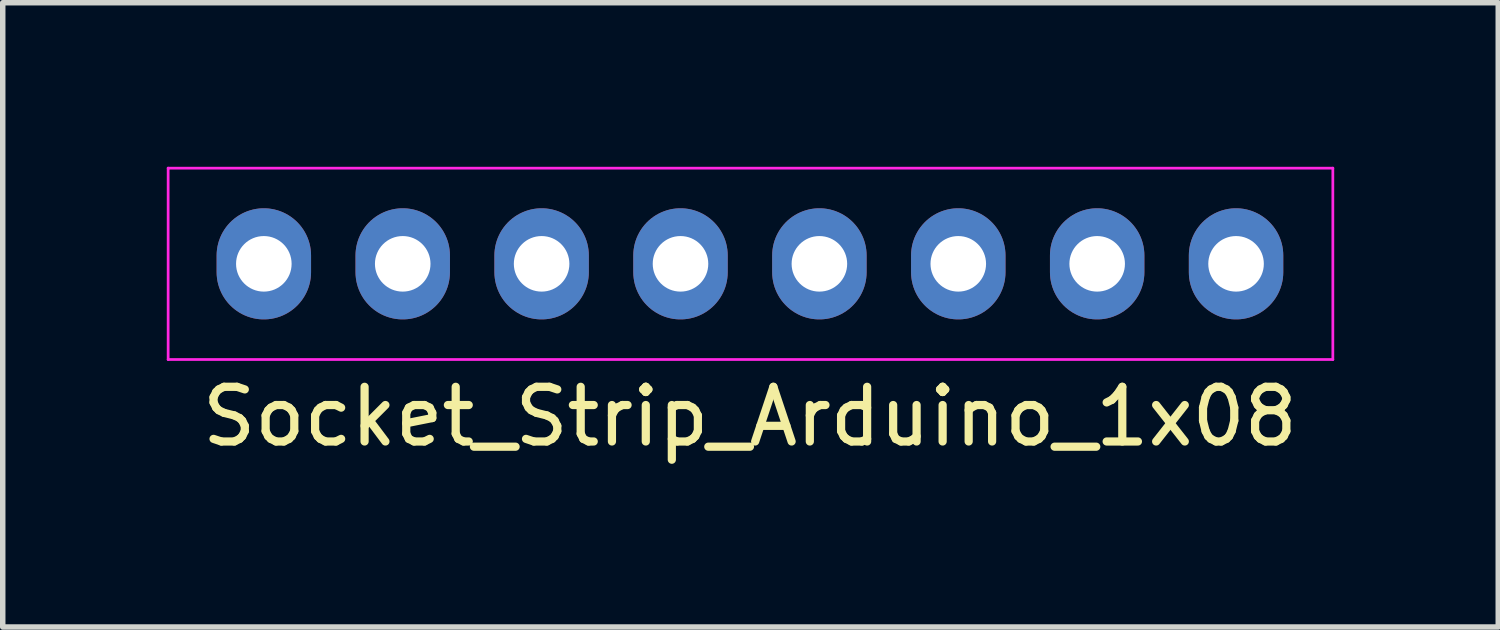
<source format=kicad_pcb>
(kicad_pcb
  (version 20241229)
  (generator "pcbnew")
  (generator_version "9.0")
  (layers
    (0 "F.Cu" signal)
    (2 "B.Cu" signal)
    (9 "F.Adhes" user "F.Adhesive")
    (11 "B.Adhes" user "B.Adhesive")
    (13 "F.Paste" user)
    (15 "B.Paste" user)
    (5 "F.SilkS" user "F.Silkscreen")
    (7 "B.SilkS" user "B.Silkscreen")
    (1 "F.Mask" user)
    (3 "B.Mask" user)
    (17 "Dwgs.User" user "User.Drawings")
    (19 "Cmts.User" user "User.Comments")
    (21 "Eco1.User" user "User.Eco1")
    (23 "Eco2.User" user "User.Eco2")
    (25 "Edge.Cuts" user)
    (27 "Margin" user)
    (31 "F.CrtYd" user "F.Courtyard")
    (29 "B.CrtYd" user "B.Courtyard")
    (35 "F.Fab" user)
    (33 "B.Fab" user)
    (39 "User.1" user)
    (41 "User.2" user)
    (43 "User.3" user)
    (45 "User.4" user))
  (footprint "Socket_Strip_Arduino_1x08"
    (layer "F.Cu")
    (at 1.775 1.775)
    (property "Reference" "Socket_Strip_Arduino_1x08" (at 8.89 2.794 0) (layer "F.SilkS") (effects (font (size 1 1) (thickness 0.15))))
    (attr through_hole)
    (fp_line (start -1.75 -1.75) (end -1.75 1.75) (stroke (width 0.05) (type solid)) (layer "F.CrtYd"))
    (fp_line (start -1.75 -1.75) (end 19.55 -1.75) (stroke (width 0.05) (type solid)) (layer "F.CrtYd"))
    (fp_line (start -1.75 1.75) (end 19.55 1.75) (stroke (width 0.05) (type solid)) (layer "F.CrtYd"))
    (fp_line (start 19.55 -1.75) (end 19.55 1.75) (stroke (width 0.05) (type solid)) (layer "F.CrtYd"))
    (pad "1" thru_hole oval (at 0 0) (size 1.727 2.032) (drill 1.016) (layers "*.Cu" "*.Mask"))
    (pad "2" thru_hole oval (at 2.54 0) (size 1.727 2.032) (drill 1.016) (layers "*.Cu" "*.Mask"))
    (pad "3" thru_hole oval (at 5.08 0) (size 1.727 2.032) (drill 1.016) (layers "*.Cu" "*.Mask"))
    (pad "4" thru_hole oval (at 7.62 0) (size 1.727 2.032) (drill 1.016) (layers "*.Cu" "*.Mask"))
    (pad "5" thru_hole oval (at 10.16 0) (size 1.727 2.032) (drill 1.016) (layers "*.Cu" "*.Mask"))
    (pad "6" thru_hole oval (at 12.7 0) (size 1.727 2.032) (drill 1.016) (layers "*.Cu" "*.Mask"))
    (pad "7" thru_hole oval (at 15.24 0) (size 1.727 2.032) (drill 1.016) (layers "*.Cu" "*.Mask"))
    (pad "8" thru_hole oval (at 17.78 0) (size 1.727 2.032) (drill 1.016) (layers "*.Cu" "*.Mask")))
  (gr_rect
    (start -3 -3)
    (end 24.35 8.417)
    (stroke (width 0.1) (type default))
    (fill no)
    (layer "Edge.Cuts")))
</source>
